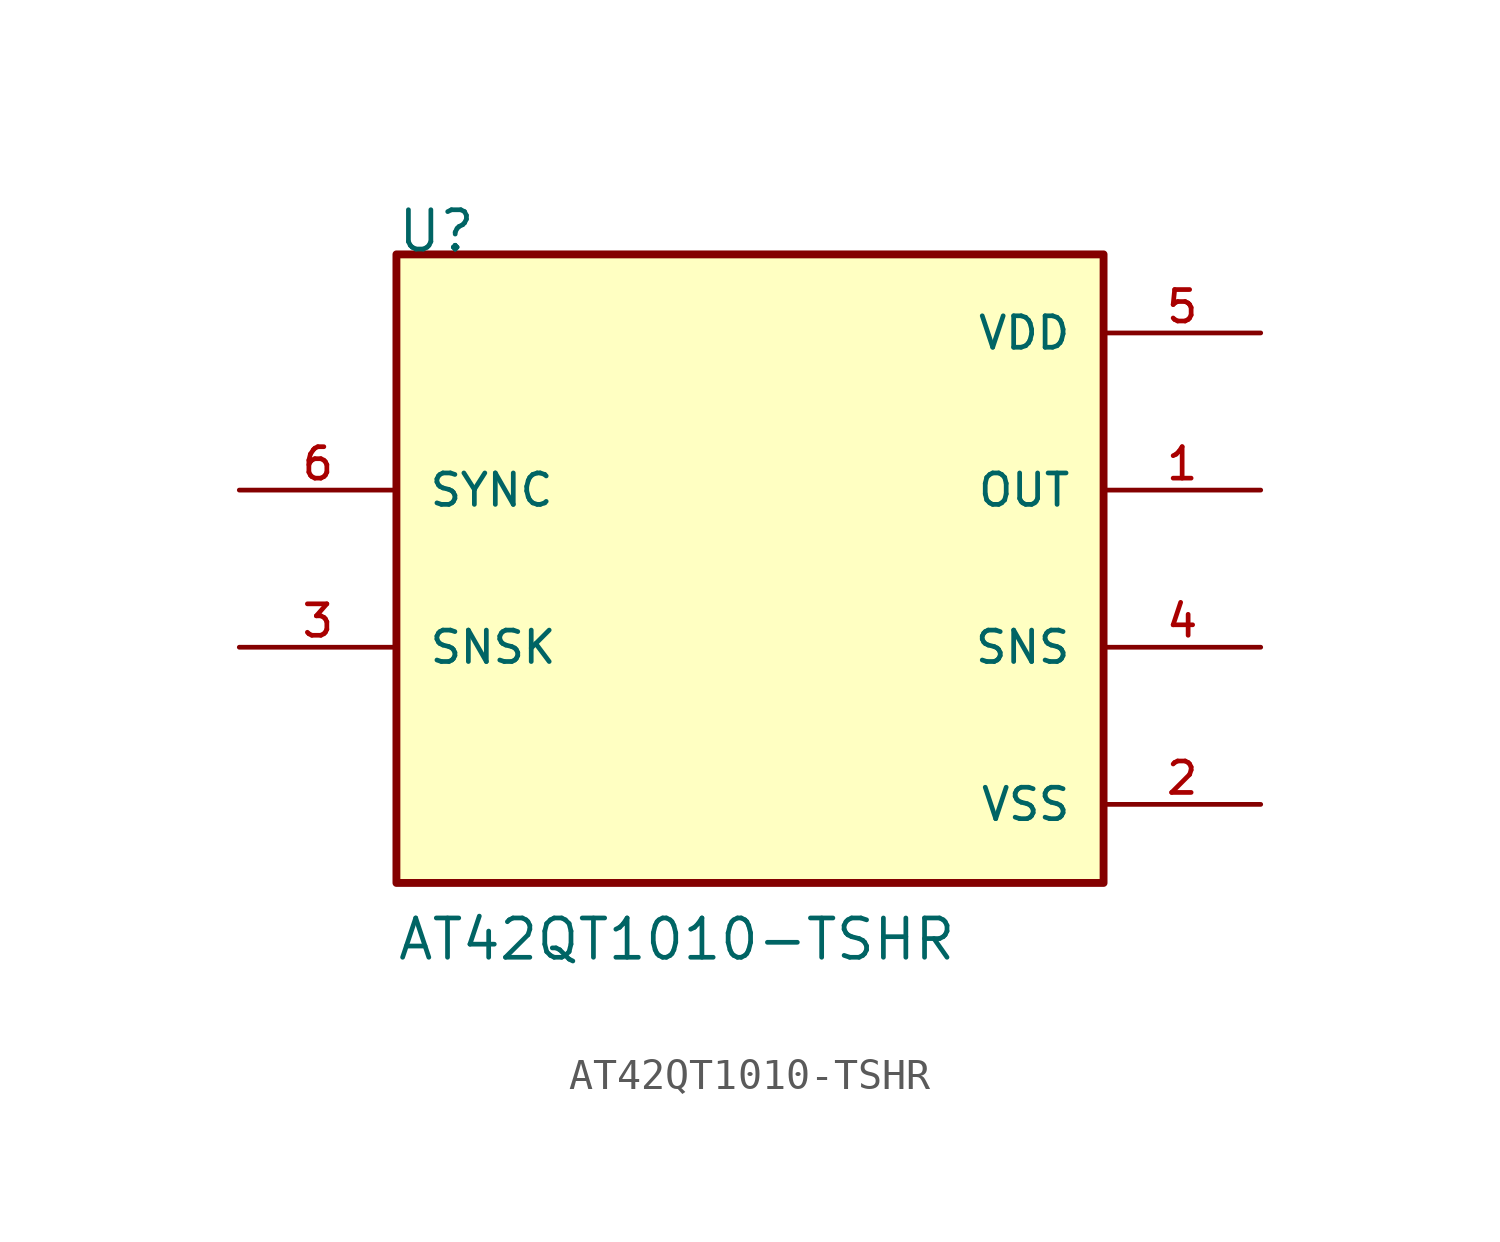
<source format=kicad_sym>
(kicad_symbol_lib
  (version 20211014)
  (generator kicad_symbol_editor)
  (symbol "AT42QT1010-TSHR"
    (pin_names
      (offset 1.016))
    (property "Reference" "U"
      (at -12.715 7.629 0)
      (effects (font (size 1.27 1.27)) (justify bottom left)))
    (property "Value" "AT42QT1010-TSHR"
      (at -12.721 -15.266 0)
      (effects (font (size 1.27 1.27)) (justify bottom left)))
    (symbol "AT42QT1010-TSHR_0_0"
      (rectangle (start -12.7 -12.7) (end 10.16 7.62) (stroke (width 0.254)) (fill (type background)))
      (pin output line (at 15.24 0.0 180.0) (length 5.08) (name "OUT" (effects (font (size 1.016 1.016)))) (number "1" (effects (font (size 1.016 1.016)))))
      (pin power_in line (at 15.24 -10.16 180.0) (length 5.08) (name "VSS" (effects (font (size 1.016 1.016)))) (number "2" (effects (font (size 1.016 1.016)))))
      (pin bidirectional line (at -17.78 -5.08 0) (length 5.08) (name "SNSK" (effects (font (size 1.016 1.016)))) (number "3" (effects (font (size 1.016 1.016)))))
      (pin bidirectional line (at 15.24 -5.08 180.0) (length 5.08) (name "SNS" (effects (font (size 1.016 1.016)))) (number "4" (effects (font (size 1.016 1.016)))))
      (pin power_in line (at 15.24 5.08 180.0) (length 5.08) (name "VDD" (effects (font (size 1.016 1.016)))) (number "5" (effects (font (size 1.016 1.016)))))
      (pin input line (at -17.78 0.0 0) (length 5.08) (name "SYNC" (effects (font (size 1.016 1.016)))) (number "6" (effects (font (size 1.016 1.016))))))))
</source>
